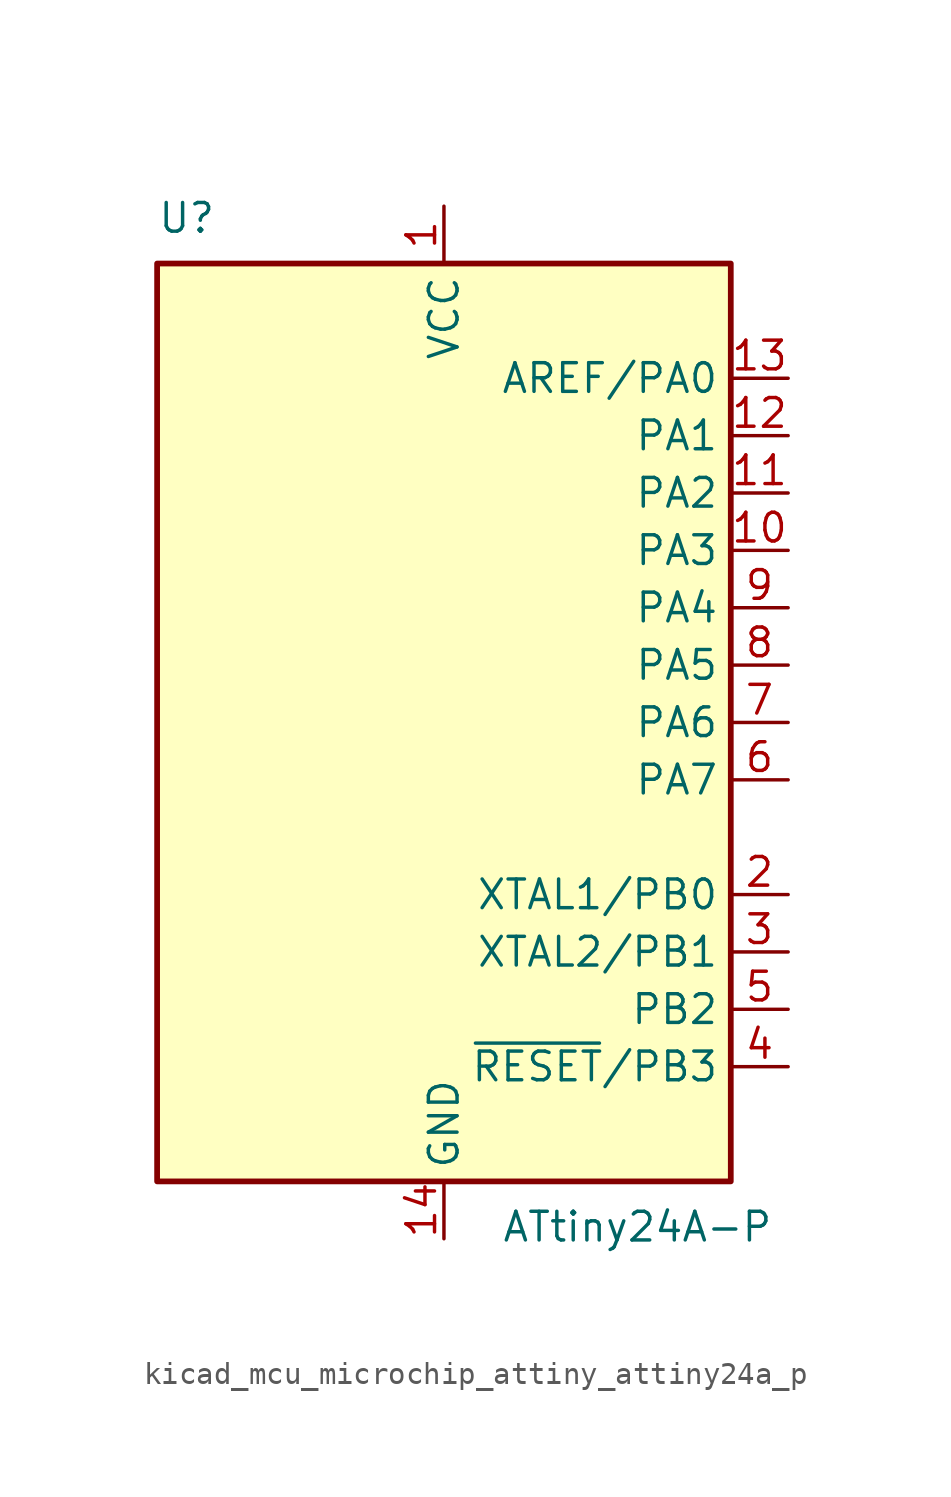
<source format=kicad_sym>
(kicad_symbol_lib
  (version 20220914)
  (generator kicad_symbol_editor)
  (symbol "kicad_mcu_microchip_attiny_attiny24a_p"
    (property "Reference" "U"
      (at -12.7 21.59 0)
      (effects (font (size 1.27 1.27)) (justify left bottom)))
    (property "Value" "ATtiny24A-P"
      (at 2.54 -21.59 0)
      (effects (font (size 1.27 1.27)) (justify left top)))
    (symbol "kicad_mcu_microchip_attiny_attiny24a_p_0_1"
      (rectangle (start -12.7 -20.32) (end 12.7 20.32) (stroke (width 0.254) (type default)) (fill (type background))))
    (symbol "kicad_mcu_microchip_attiny_attiny24a_p_1_1"
      (pin power_in line (at 0 22.86 270) (length 2.54) (name "VCC" (effects (font (size 1.27 1.27)))) (number "1" (effects (font (size 1.27 1.27)))))
      (pin bidirectional line (at 15.24 7.62 180) (length 2.54) (name "PA3" (effects (font (size 1.27 1.27)))) (number "10" (effects (font (size 1.27 1.27)))))
      (pin bidirectional line (at 15.24 10.16 180) (length 2.54) (name "PA2" (effects (font (size 1.27 1.27)))) (number "11" (effects (font (size 1.27 1.27)))))
      (pin bidirectional line (at 15.24 12.7 180) (length 2.54) (name "PA1" (effects (font (size 1.27 1.27)))) (number "12" (effects (font (size 1.27 1.27)))))
      (pin bidirectional line (at 15.24 15.24 180) (length 2.54) (name "AREF/PA0" (effects (font (size 1.27 1.27)))) (number "13" (effects (font (size 1.27 1.27)))))
      (pin power_in line (at 0 -22.86 90) (length 2.54) (name "GND" (effects (font (size 1.27 1.27)))) (number "14" (effects (font (size 1.27 1.27)))))
      (pin bidirectional line (at 15.24 -7.62 180) (length 2.54) (name "XTAL1/PB0" (effects (font (size 1.27 1.27)))) (number "2" (effects (font (size 1.27 1.27)))))
      (pin bidirectional line (at 15.24 -10.16 180) (length 2.54) (name "XTAL2/PB1" (effects (font (size 1.27 1.27)))) (number "3" (effects (font (size 1.27 1.27)))))
      (pin bidirectional line (at 15.24 -15.24 180) (length 2.54) (name "~{RESET}/PB3" (effects (font (size 1.27 1.27)))) (number "4" (effects (font (size 1.27 1.27)))))
      (pin bidirectional line (at 15.24 -12.7 180) (length 2.54) (name "PB2" (effects (font (size 1.27 1.27)))) (number "5" (effects (font (size 1.27 1.27)))))
      (pin bidirectional line (at 15.24 -2.54 180) (length 2.54) (name "PA7" (effects (font (size 1.27 1.27)))) (number "6" (effects (font (size 1.27 1.27)))))
      (pin bidirectional line (at 15.24 0 180) (length 2.54) (name "PA6" (effects (font (size 1.27 1.27)))) (number "7" (effects (font (size 1.27 1.27)))))
      (pin bidirectional line (at 15.24 2.54 180) (length 2.54) (name "PA5" (effects (font (size 1.27 1.27)))) (number "8" (effects (font (size 1.27 1.27)))))
      (pin bidirectional line (at 15.24 5.08 180) (length 2.54) (name "PA4" (effects (font (size 1.27 1.27)))) (number "9" (effects (font (size 1.27 1.27))))))))
</source>
